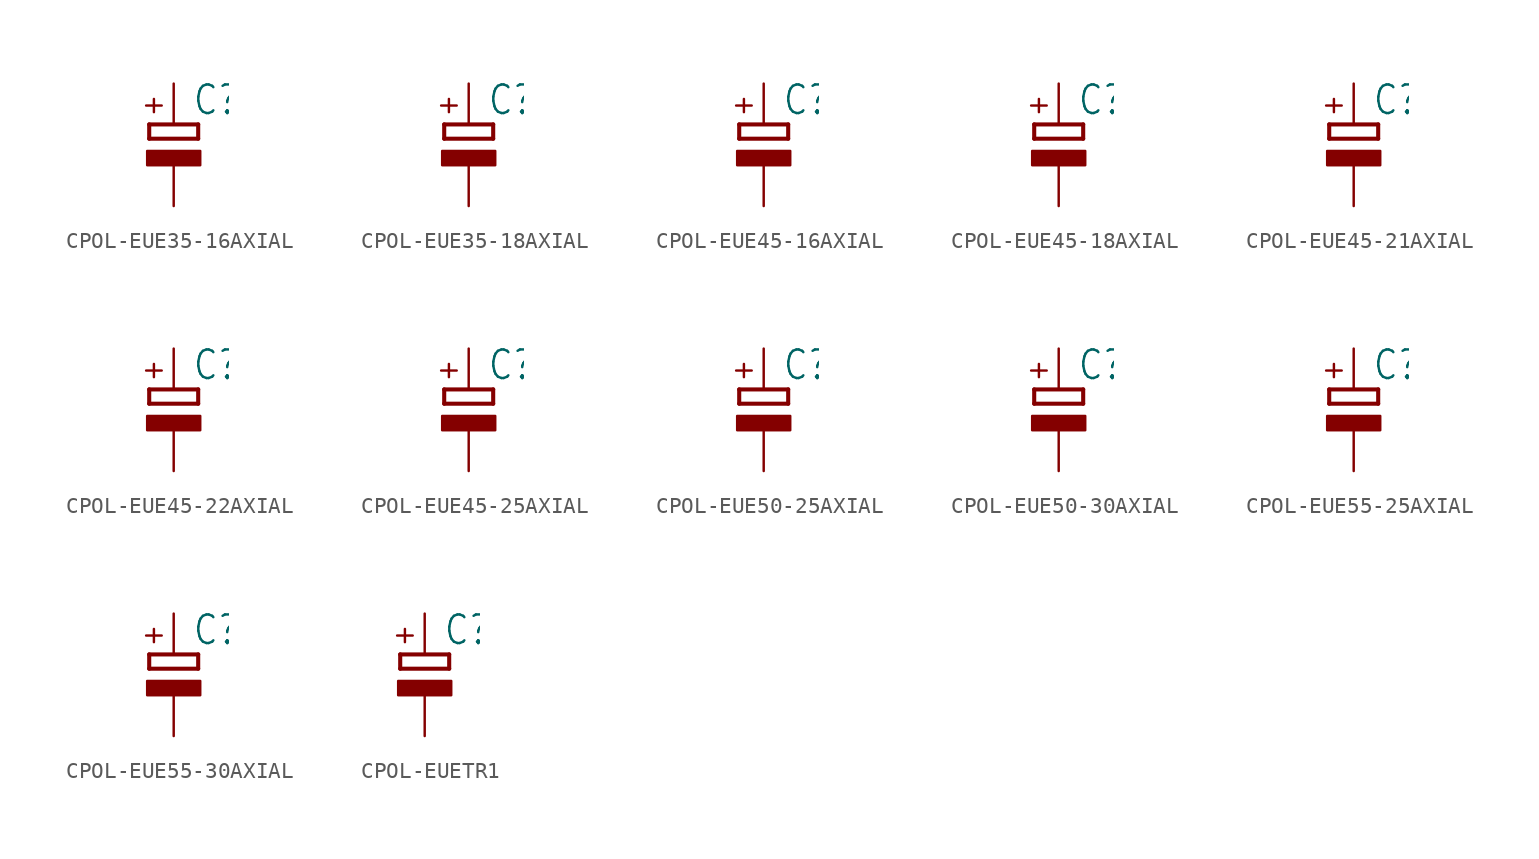
<source format=kicad_sym>
(kicad_symbol_lib
  (version 20231120)
  (generator "kicad_symbol_editor")
  (generator_version "8.0")
  (symbol "CPOL-EUE35-16AXIAL"
    (property "Reference" "C"
      (at 1.143 0.483 0)
      (effects (font (size 1.778 1.511)) (justify left bottom)))
    (property "Value" ""
      (at 1.143 -4.597 0)
      (effects (font (size 1.778 1.511)) (justify left bottom)))
    (property "ki_locked" ""
      (at 0 0 0)
      (effects (font (size 1.27 1.27))))
    (symbol "CPOL-EUE35-16AXIAL_1_0"
      (rectangle (start -1.651 -2.54) (end 1.651 -1.651) (stroke (width 0) (type default)) (fill (type outline)))
      (polyline (pts (xy -1.524 -0.889) (xy 1.524 -0.889)) (stroke (width 0.254) (type solid)) (fill (type none)))
      (polyline (pts (xy -1.524 0) (xy -1.524 -0.889)) (stroke (width 0.254) (type solid)) (fill (type none)))
      (polyline (pts (xy -1.524 0) (xy 1.524 0)) (stroke (width 0.254) (type solid)) (fill (type none)))
      (polyline (pts (xy 1.524 -0.889) (xy 1.524 0)) (stroke (width 0.254) (type solid)) (fill (type none)))
      (text "+" (at -0.584 0.406 900) (effects (font (size 1.27 1.079)) (justify left bottom)))
      (pin passive line (at 0 2.54 270) (length 2.54) (name "+" (effects (font (size 0 0)))) (number "+" (effects (font (size 0 0)))))
      (pin passive line (at 0 -5.08 90) (length 2.54) (name "-" (effects (font (size 0 0)))) (number "-" (effects (font (size 0 0)))))))
  (symbol "CPOL-EUE35-18AXIAL"
    (property "Reference" "C"
      (at 1.143 0.483 0)
      (effects (font (size 1.778 1.511)) (justify left bottom)))
    (property "Value" ""
      (at 1.143 -4.597 0)
      (effects (font (size 1.778 1.511)) (justify left bottom)))
    (property "ki_locked" ""
      (at 0 0 0)
      (effects (font (size 1.27 1.27))))
    (symbol "CPOL-EUE35-18AXIAL_1_0"
      (rectangle (start -1.651 -2.54) (end 1.651 -1.651) (stroke (width 0) (type default)) (fill (type outline)))
      (polyline (pts (xy -1.524 -0.889) (xy 1.524 -0.889)) (stroke (width 0.254) (type solid)) (fill (type none)))
      (polyline (pts (xy -1.524 0) (xy -1.524 -0.889)) (stroke (width 0.254) (type solid)) (fill (type none)))
      (polyline (pts (xy -1.524 0) (xy 1.524 0)) (stroke (width 0.254) (type solid)) (fill (type none)))
      (polyline (pts (xy 1.524 -0.889) (xy 1.524 0)) (stroke (width 0.254) (type solid)) (fill (type none)))
      (text "+" (at -0.584 0.406 900) (effects (font (size 1.27 1.079)) (justify left bottom)))
      (pin passive line (at 0 2.54 270) (length 2.54) (name "+" (effects (font (size 0 0)))) (number "+" (effects (font (size 0 0)))))
      (pin passive line (at 0 -5.08 90) (length 2.54) (name "-" (effects (font (size 0 0)))) (number "-" (effects (font (size 0 0)))))))
  (symbol "CPOL-EUE45-16AXIAL"
    (property "Reference" "C"
      (at 1.143 0.483 0)
      (effects (font (size 1.778 1.511)) (justify left bottom)))
    (property "Value" ""
      (at 1.143 -4.597 0)
      (effects (font (size 1.778 1.511)) (justify left bottom)))
    (property "ki_locked" ""
      (at 0 0 0)
      (effects (font (size 1.27 1.27))))
    (symbol "CPOL-EUE45-16AXIAL_1_0"
      (rectangle (start -1.651 -2.54) (end 1.651 -1.651) (stroke (width 0) (type default)) (fill (type outline)))
      (polyline (pts (xy -1.524 -0.889) (xy 1.524 -0.889)) (stroke (width 0.254) (type solid)) (fill (type none)))
      (polyline (pts (xy -1.524 0) (xy -1.524 -0.889)) (stroke (width 0.254) (type solid)) (fill (type none)))
      (polyline (pts (xy -1.524 0) (xy 1.524 0)) (stroke (width 0.254) (type solid)) (fill (type none)))
      (polyline (pts (xy 1.524 -0.889) (xy 1.524 0)) (stroke (width 0.254) (type solid)) (fill (type none)))
      (text "+" (at -0.584 0.406 900) (effects (font (size 1.27 1.079)) (justify left bottom)))
      (pin passive line (at 0 2.54 270) (length 2.54) (name "+" (effects (font (size 0 0)))) (number "+" (effects (font (size 0 0)))))
      (pin passive line (at 0 -5.08 90) (length 2.54) (name "-" (effects (font (size 0 0)))) (number "-" (effects (font (size 0 0)))))))
  (symbol "CPOL-EUE45-18AXIAL"
    (property "Reference" "C"
      (at 1.143 0.483 0)
      (effects (font (size 1.778 1.511)) (justify left bottom)))
    (property "Value" ""
      (at 1.143 -4.597 0)
      (effects (font (size 1.778 1.511)) (justify left bottom)))
    (property "ki_locked" ""
      (at 0 0 0)
      (effects (font (size 1.27 1.27))))
    (symbol "CPOL-EUE45-18AXIAL_1_0"
      (rectangle (start -1.651 -2.54) (end 1.651 -1.651) (stroke (width 0) (type default)) (fill (type outline)))
      (polyline (pts (xy -1.524 -0.889) (xy 1.524 -0.889)) (stroke (width 0.254) (type solid)) (fill (type none)))
      (polyline (pts (xy -1.524 0) (xy -1.524 -0.889)) (stroke (width 0.254) (type solid)) (fill (type none)))
      (polyline (pts (xy -1.524 0) (xy 1.524 0)) (stroke (width 0.254) (type solid)) (fill (type none)))
      (polyline (pts (xy 1.524 -0.889) (xy 1.524 0)) (stroke (width 0.254) (type solid)) (fill (type none)))
      (text "+" (at -0.584 0.406 900) (effects (font (size 1.27 1.079)) (justify left bottom)))
      (pin passive line (at 0 2.54 270) (length 2.54) (name "+" (effects (font (size 0 0)))) (number "+" (effects (font (size 0 0)))))
      (pin passive line (at 0 -5.08 90) (length 2.54) (name "-" (effects (font (size 0 0)))) (number "-" (effects (font (size 0 0)))))))
  (symbol "CPOL-EUE45-21AXIAL"
    (property "Reference" "C"
      (at 1.143 0.483 0)
      (effects (font (size 1.778 1.511)) (justify left bottom)))
    (property "Value" ""
      (at 1.143 -4.597 0)
      (effects (font (size 1.778 1.511)) (justify left bottom)))
    (property "ki_locked" ""
      (at 0 0 0)
      (effects (font (size 1.27 1.27))))
    (symbol "CPOL-EUE45-21AXIAL_1_0"
      (rectangle (start -1.651 -2.54) (end 1.651 -1.651) (stroke (width 0) (type default)) (fill (type outline)))
      (polyline (pts (xy -1.524 -0.889) (xy 1.524 -0.889)) (stroke (width 0.254) (type solid)) (fill (type none)))
      (polyline (pts (xy -1.524 0) (xy -1.524 -0.889)) (stroke (width 0.254) (type solid)) (fill (type none)))
      (polyline (pts (xy -1.524 0) (xy 1.524 0)) (stroke (width 0.254) (type solid)) (fill (type none)))
      (polyline (pts (xy 1.524 -0.889) (xy 1.524 0)) (stroke (width 0.254) (type solid)) (fill (type none)))
      (text "+" (at -0.584 0.406 900) (effects (font (size 1.27 1.079)) (justify left bottom)))
      (pin passive line (at 0 2.54 270) (length 2.54) (name "+" (effects (font (size 0 0)))) (number "+" (effects (font (size 0 0)))))
      (pin passive line (at 0 -5.08 90) (length 2.54) (name "-" (effects (font (size 0 0)))) (number "-" (effects (font (size 0 0)))))))
  (symbol "CPOL-EUE45-22AXIAL"
    (property "Reference" "C"
      (at 1.143 0.483 0)
      (effects (font (size 1.778 1.511)) (justify left bottom)))
    (property "Value" ""
      (at 1.143 -4.597 0)
      (effects (font (size 1.778 1.511)) (justify left bottom)))
    (property "ki_locked" ""
      (at 0 0 0)
      (effects (font (size 1.27 1.27))))
    (symbol "CPOL-EUE45-22AXIAL_1_0"
      (rectangle (start -1.651 -2.54) (end 1.651 -1.651) (stroke (width 0) (type default)) (fill (type outline)))
      (polyline (pts (xy -1.524 -0.889) (xy 1.524 -0.889)) (stroke (width 0.254) (type solid)) (fill (type none)))
      (polyline (pts (xy -1.524 0) (xy -1.524 -0.889)) (stroke (width 0.254) (type solid)) (fill (type none)))
      (polyline (pts (xy -1.524 0) (xy 1.524 0)) (stroke (width 0.254) (type solid)) (fill (type none)))
      (polyline (pts (xy 1.524 -0.889) (xy 1.524 0)) (stroke (width 0.254) (type solid)) (fill (type none)))
      (text "+" (at -0.584 0.406 900) (effects (font (size 1.27 1.079)) (justify left bottom)))
      (pin passive line (at 0 2.54 270) (length 2.54) (name "+" (effects (font (size 0 0)))) (number "+" (effects (font (size 0 0)))))
      (pin passive line (at 0 -5.08 90) (length 2.54) (name "-" (effects (font (size 0 0)))) (number "-" (effects (font (size 0 0)))))))
  (symbol "CPOL-EUE45-25AXIAL"
    (property "Reference" "C"
      (at 1.143 0.483 0)
      (effects (font (size 1.778 1.511)) (justify left bottom)))
    (property "Value" ""
      (at 1.143 -4.597 0)
      (effects (font (size 1.778 1.511)) (justify left bottom)))
    (property "ki_locked" ""
      (at 0 0 0)
      (effects (font (size 1.27 1.27))))
    (symbol "CPOL-EUE45-25AXIAL_1_0"
      (rectangle (start -1.651 -2.54) (end 1.651 -1.651) (stroke (width 0) (type default)) (fill (type outline)))
      (polyline (pts (xy -1.524 -0.889) (xy 1.524 -0.889)) (stroke (width 0.254) (type solid)) (fill (type none)))
      (polyline (pts (xy -1.524 0) (xy -1.524 -0.889)) (stroke (width 0.254) (type solid)) (fill (type none)))
      (polyline (pts (xy -1.524 0) (xy 1.524 0)) (stroke (width 0.254) (type solid)) (fill (type none)))
      (polyline (pts (xy 1.524 -0.889) (xy 1.524 0)) (stroke (width 0.254) (type solid)) (fill (type none)))
      (text "+" (at -0.584 0.406 900) (effects (font (size 1.27 1.079)) (justify left bottom)))
      (pin passive line (at 0 2.54 270) (length 2.54) (name "+" (effects (font (size 0 0)))) (number "+" (effects (font (size 0 0)))))
      (pin passive line (at 0 -5.08 90) (length 2.54) (name "-" (effects (font (size 0 0)))) (number "-" (effects (font (size 0 0)))))))
  (symbol "CPOL-EUE50-25AXIAL"
    (property "Reference" "C"
      (at 1.143 0.483 0)
      (effects (font (size 1.778 1.511)) (justify left bottom)))
    (property "Value" ""
      (at 1.143 -4.597 0)
      (effects (font (size 1.778 1.511)) (justify left bottom)))
    (property "ki_locked" ""
      (at 0 0 0)
      (effects (font (size 1.27 1.27))))
    (symbol "CPOL-EUE50-25AXIAL_1_0"
      (rectangle (start -1.651 -2.54) (end 1.651 -1.651) (stroke (width 0) (type default)) (fill (type outline)))
      (polyline (pts (xy -1.524 -0.889) (xy 1.524 -0.889)) (stroke (width 0.254) (type solid)) (fill (type none)))
      (polyline (pts (xy -1.524 0) (xy -1.524 -0.889)) (stroke (width 0.254) (type solid)) (fill (type none)))
      (polyline (pts (xy -1.524 0) (xy 1.524 0)) (stroke (width 0.254) (type solid)) (fill (type none)))
      (polyline (pts (xy 1.524 -0.889) (xy 1.524 0)) (stroke (width 0.254) (type solid)) (fill (type none)))
      (text "+" (at -0.584 0.406 900) (effects (font (size 1.27 1.079)) (justify left bottom)))
      (pin passive line (at 0 2.54 270) (length 2.54) (name "+" (effects (font (size 0 0)))) (number "+" (effects (font (size 0 0)))))
      (pin passive line (at 0 -5.08 90) (length 2.54) (name "-" (effects (font (size 0 0)))) (number "-" (effects (font (size 0 0)))))))
  (symbol "CPOL-EUE50-30AXIAL"
    (property "Reference" "C"
      (at 1.143 0.483 0)
      (effects (font (size 1.778 1.511)) (justify left bottom)))
    (property "Value" ""
      (at 1.143 -4.597 0)
      (effects (font (size 1.778 1.511)) (justify left bottom)))
    (property "ki_locked" ""
      (at 0 0 0)
      (effects (font (size 1.27 1.27))))
    (symbol "CPOL-EUE50-30AXIAL_1_0"
      (rectangle (start -1.651 -2.54) (end 1.651 -1.651) (stroke (width 0) (type default)) (fill (type outline)))
      (polyline (pts (xy -1.524 -0.889) (xy 1.524 -0.889)) (stroke (width 0.254) (type solid)) (fill (type none)))
      (polyline (pts (xy -1.524 0) (xy -1.524 -0.889)) (stroke (width 0.254) (type solid)) (fill (type none)))
      (polyline (pts (xy -1.524 0) (xy 1.524 0)) (stroke (width 0.254) (type solid)) (fill (type none)))
      (polyline (pts (xy 1.524 -0.889) (xy 1.524 0)) (stroke (width 0.254) (type solid)) (fill (type none)))
      (text "+" (at -0.584 0.406 900) (effects (font (size 1.27 1.079)) (justify left bottom)))
      (pin passive line (at 0 2.54 270) (length 2.54) (name "+" (effects (font (size 0 0)))) (number "+" (effects (font (size 0 0)))))
      (pin passive line (at 0 -5.08 90) (length 2.54) (name "-" (effects (font (size 0 0)))) (number "-" (effects (font (size 0 0)))))))
  (symbol "CPOL-EUE55-25AXIAL"
    (property "Reference" "C"
      (at 1.143 0.483 0)
      (effects (font (size 1.778 1.511)) (justify left bottom)))
    (property "Value" ""
      (at 1.143 -4.597 0)
      (effects (font (size 1.778 1.511)) (justify left bottom)))
    (property "ki_locked" ""
      (at 0 0 0)
      (effects (font (size 1.27 1.27))))
    (symbol "CPOL-EUE55-25AXIAL_1_0"
      (rectangle (start -1.651 -2.54) (end 1.651 -1.651) (stroke (width 0) (type default)) (fill (type outline)))
      (polyline (pts (xy -1.524 -0.889) (xy 1.524 -0.889)) (stroke (width 0.254) (type solid)) (fill (type none)))
      (polyline (pts (xy -1.524 0) (xy -1.524 -0.889)) (stroke (width 0.254) (type solid)) (fill (type none)))
      (polyline (pts (xy -1.524 0) (xy 1.524 0)) (stroke (width 0.254) (type solid)) (fill (type none)))
      (polyline (pts (xy 1.524 -0.889) (xy 1.524 0)) (stroke (width 0.254) (type solid)) (fill (type none)))
      (text "+" (at -0.584 0.406 900) (effects (font (size 1.27 1.079)) (justify left bottom)))
      (pin passive line (at 0 2.54 270) (length 2.54) (name "+" (effects (font (size 0 0)))) (number "+" (effects (font (size 0 0)))))
      (pin passive line (at 0 -5.08 90) (length 2.54) (name "-" (effects (font (size 0 0)))) (number "-" (effects (font (size 0 0)))))))
  (symbol "CPOL-EUE55-30AXIAL"
    (property "Reference" "C"
      (at 1.143 0.483 0)
      (effects (font (size 1.778 1.511)) (justify left bottom)))
    (property "Value" ""
      (at 1.143 -4.597 0)
      (effects (font (size 1.778 1.511)) (justify left bottom)))
    (property "ki_locked" ""
      (at 0 0 0)
      (effects (font (size 1.27 1.27))))
    (symbol "CPOL-EUE55-30AXIAL_1_0"
      (rectangle (start -1.651 -2.54) (end 1.651 -1.651) (stroke (width 0) (type default)) (fill (type outline)))
      (polyline (pts (xy -1.524 -0.889) (xy 1.524 -0.889)) (stroke (width 0.254) (type solid)) (fill (type none)))
      (polyline (pts (xy -1.524 0) (xy -1.524 -0.889)) (stroke (width 0.254) (type solid)) (fill (type none)))
      (polyline (pts (xy -1.524 0) (xy 1.524 0)) (stroke (width 0.254) (type solid)) (fill (type none)))
      (polyline (pts (xy 1.524 -0.889) (xy 1.524 0)) (stroke (width 0.254) (type solid)) (fill (type none)))
      (text "+" (at -0.584 0.406 900) (effects (font (size 1.27 1.079)) (justify left bottom)))
      (pin passive line (at 0 2.54 270) (length 2.54) (name "+" (effects (font (size 0 0)))) (number "+" (effects (font (size 0 0)))))
      (pin passive line (at 0 -5.08 90) (length 2.54) (name "-" (effects (font (size 0 0)))) (number "-" (effects (font (size 0 0)))))))
  (symbol "CPOL-EUETR1"
    (property "Reference" "C"
      (at 1.143 0.483 0)
      (effects (font (size 1.778 1.511)) (justify left bottom)))
    (property "Value" ""
      (at 1.143 -4.597 0)
      (effects (font (size 1.778 1.511)) (justify left bottom)))
    (property "ki_locked" ""
      (at 0 0 0)
      (effects (font (size 1.27 1.27))))
    (symbol "CPOL-EUETR1_1_0"
      (rectangle (start -1.651 -2.54) (end 1.651 -1.651) (stroke (width 0) (type default)) (fill (type outline)))
      (polyline (pts (xy -1.524 -0.889) (xy 1.524 -0.889)) (stroke (width 0.254) (type solid)) (fill (type none)))
      (polyline (pts (xy -1.524 0) (xy -1.524 -0.889)) (stroke (width 0.254) (type solid)) (fill (type none)))
      (polyline (pts (xy -1.524 0) (xy 1.524 0)) (stroke (width 0.254) (type solid)) (fill (type none)))
      (polyline (pts (xy 1.524 -0.889) (xy 1.524 0)) (stroke (width 0.254) (type solid)) (fill (type none)))
      (text "+" (at -0.584 0.406 900) (effects (font (size 1.27 1.079)) (justify left bottom)))
      (pin passive line (at 0 2.54 270) (length 2.54) (name "+" (effects (font (size 0 0)))) (number "+" (effects (font (size 0 0)))))
      (pin passive line (at 0 -5.08 90) (length 2.54) (name "-" (effects (font (size 0 0)))) (number "-" (effects (font (size 0 0))))))))
</source>
